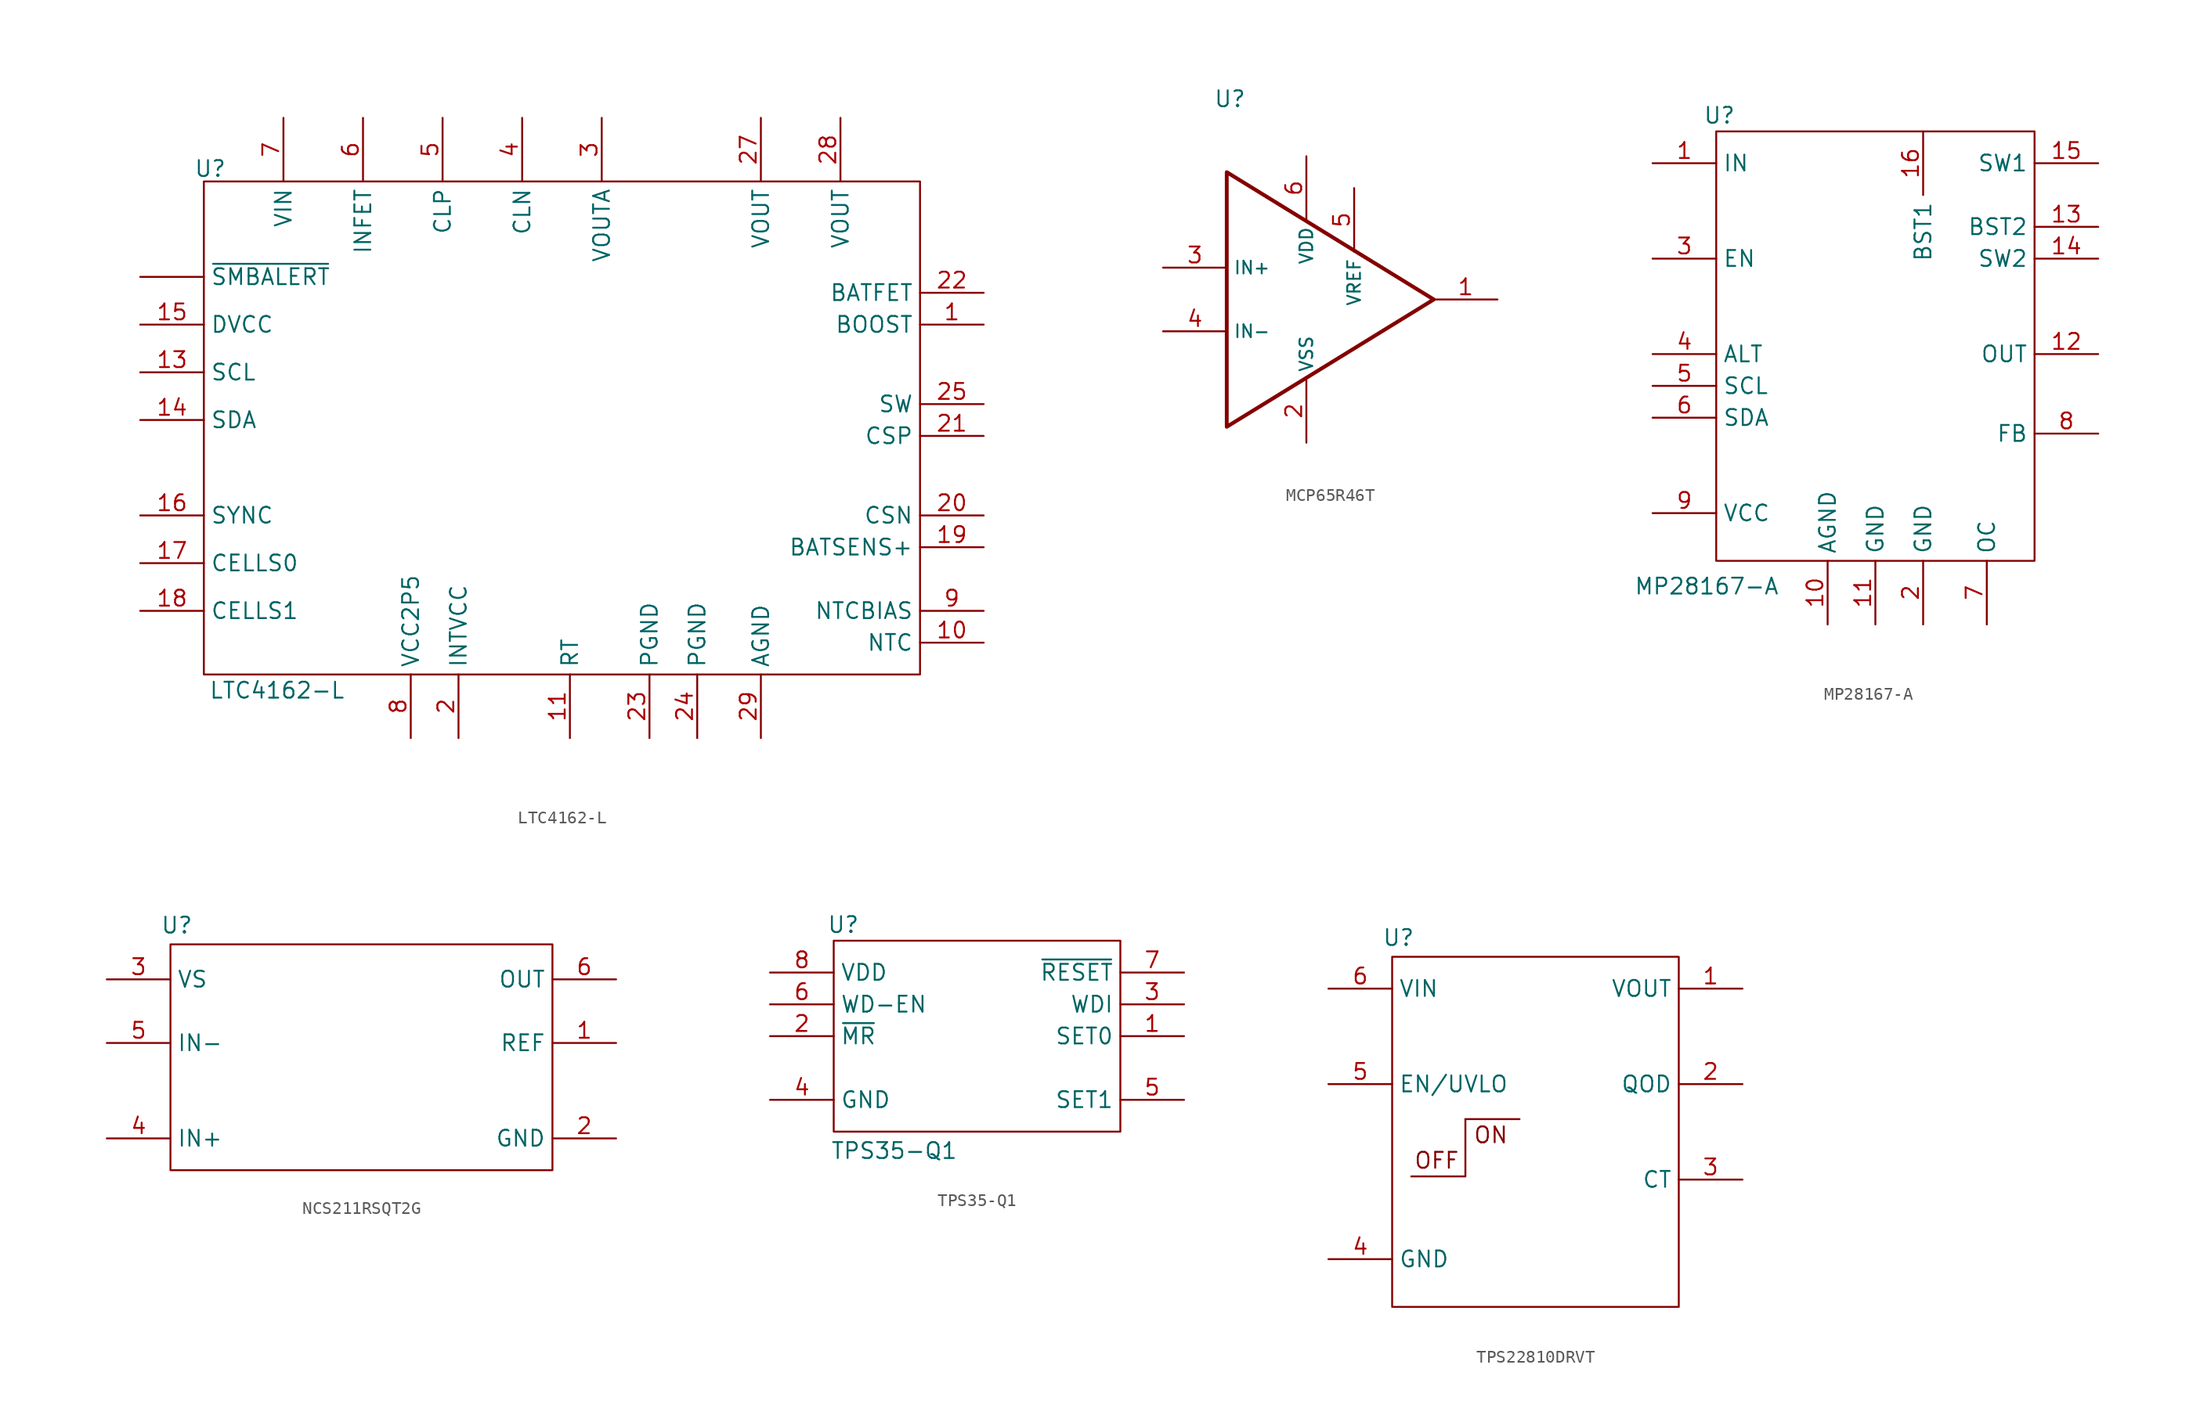
<source format=kicad_sym>
(kicad_symbol_lib
  (version 20241209)
  (generator "kicad_symbol_editor")
  (generator_version "9.0")
  (symbol "LTC4162-L"
    (property "Reference" "U"
      (at -28.702 -4.064 0)
      (effects (font (size 1.27 1.27))))
    (property "Value" "LTC4162-L"
      (at -23.368 -45.72 0)
      (effects (font (size 1.27 1.27))))
    (symbol "LTC4162-L_0_1"
      (rectangle (start -29.21 -5.08) (end 27.94 -44.45) (stroke (width 0) (type default)) (fill (type none))))
    (symbol "LTC4162-L_1_1"
      (pin output line (at -34.29 -12.7 0) (length 5.08) (name "~{SMBALERT}" (effects (font (size 1.27 1.27)))) (number "" (effects (font (size 1.27 1.27)))))
      (pin power_in line (at -34.29 -16.51 0) (length 5.08) (name "DVCC" (effects (font (size 1.27 1.27)))) (number "15" (effects (font (size 1.27 1.27)))))
      (pin input line (at -34.29 -20.32 0) (length 5.08) (name "SCL" (effects (font (size 1.27 1.27)))) (number "13" (effects (font (size 1.27 1.27)))))
      (pin bidirectional line (at -34.29 -24.13 0) (length 5.08) (name "SDA" (effects (font (size 1.27 1.27)))) (number "14" (effects (font (size 1.27 1.27)))))
      (pin input line (at -34.29 -31.75 0) (length 5.08) (name "SYNC" (effects (font (size 1.27 1.27)))) (number "16" (effects (font (size 1.27 1.27)))))
      (pin input line (at -34.29 -35.56 0) (length 5.08) (name "CELLS0" (effects (font (size 1.27 1.27)))) (number "17" (effects (font (size 1.27 1.27)))))
      (pin input line (at -34.29 -39.37 0) (length 5.08) (name "CELLS1" (effects (font (size 1.27 1.27)))) (number "18" (effects (font (size 1.27 1.27)))))
      (pin power_in line (at -22.86 0 270) (length 5.08) (name "VIN" (effects (font (size 1.27 1.27)))) (number "7" (effects (font (size 1.27 1.27)))))
      (pin output line (at -16.51 0 270) (length 5.08) (name "INFET" (effects (font (size 1.27 1.27)))) (number "6" (effects (font (size 1.27 1.27)))))
      (pin passive line (at -12.7 -49.53 90) (length 5.08) (name "VCC2P5" (effects (font (size 1.27 1.27)))) (number "8" (effects (font (size 1.27 1.27)))))
      (pin passive line (at -10.16 0 270) (length 5.08) (name "CLP" (effects (font (size 1.27 1.27)))) (number "5" (effects (font (size 1.27 1.27)))))
      (pin passive line (at -8.89 -49.53 90) (length 5.08) (name "INTVCC" (effects (font (size 1.27 1.27)))) (number "2" (effects (font (size 1.27 1.27)))))
      (pin passive line (at -3.81 0 270) (length 5.08) (name "CLN" (effects (font (size 1.27 1.27)))) (number "4" (effects (font (size 1.27 1.27)))))
      (pin passive line (at 0 -49.53 90) (length 5.08) (name "RT" (effects (font (size 1.27 1.27)))) (number "11" (effects (font (size 1.27 1.27)))))
      (pin power_out line (at 2.54 0 270) (length 5.08) (name "VOUTA" (effects (font (size 1.27 1.27)))) (number "3" (effects (font (size 1.27 1.27)))))
      (pin power_in line (at 6.35 -49.53 90) (length 5.08) (name "PGND" (effects (font (size 1.27 1.27)))) (number "23" (effects (font (size 1.27 1.27)))))
      (pin power_in line (at 10.16 -49.53 90) (length 5.08) (name "PGND" (effects (font (size 1.27 1.27)))) (number "24" (effects (font (size 1.27 1.27)))))
      (pin power_out line (at 15.24 0 270) (length 5.08) (name "VOUT" (effects (font (size 1.27 1.27)))) (number "27" (effects (font (size 1.27 1.27)))))
      (pin power_in line (at 15.24 -49.53 90) (length 5.08) (name "AGND" (effects (font (size 1.27 1.27)))) (number "29" (effects (font (size 1.27 1.27)))))
      (pin power_out line (at 21.59 0 270) (length 5.08) (name "VOUT" (effects (font (size 1.27 1.27)))) (number "28" (effects (font (size 1.27 1.27)))))
      (pin output line (at 33.02 -13.97 180) (length 5.08) (name "BATFET" (effects (font (size 1.27 1.27)))) (number "22" (effects (font (size 1.27 1.27)))))
      (pin output line (at 33.02 -16.51 180) (length 5.08) (name "BOOST" (effects (font (size 1.27 1.27)))) (number "1" (effects (font (size 1.27 1.27)))))
      (pin power_out line (at 33.02 -22.86 180) (length 5.08) (name "SW" (effects (font (size 1.27 1.27)))) (number "25" (effects (font (size 1.27 1.27)))))
      (pin passive line (at 33.02 -25.4 180) (length 5.08) (name "CSP" (effects (font (size 1.27 1.27)))) (number "21" (effects (font (size 1.27 1.27)))))
      (pin passive line (at 33.02 -31.75 180) (length 5.08) (name "CSN" (effects (font (size 1.27 1.27)))) (number "20" (effects (font (size 1.27 1.27)))))
      (pin input line (at 33.02 -34.29 180) (length 5.08) (name "BATSENS+" (effects (font (size 1.27 1.27)))) (number "19" (effects (font (size 1.27 1.27)))))
      (pin output line (at 33.02 -39.37 180) (length 5.08) (name "NTCBIAS" (effects (font (size 1.27 1.27)))) (number "9" (effects (font (size 1.27 1.27)))))
      (pin input line (at 33.02 -41.91 180) (length 5.08) (name "NTC" (effects (font (size 1.27 1.27)))) (number "10" (effects (font (size 1.27 1.27)))))))
  (symbol "MCP65R46T"
    (property "Reference" "U"
      (at -6.096 16.002 0)
      (effects (font (size 1.27 1.27))))
    (property "Value" ""
      (at 0 0 0)
      (effects (font (size 1.27 1.27))))
    (symbol "MCP65R46T_1_1"
      (polyline (pts (xy -6.35 10.16) (xy 10.16 0) (xy -6.35 -10.16) (xy -6.35 10.16)) (stroke (width 0.305) (type solid)) (fill (type none)))
      (polyline (pts (xy -6.35 -2.54) (xy -6.35 -2.54)) (stroke (width 0) (type default)) (fill (type none)))
      (pin input line (at -11.43 2.54 0) (length 5.08) (name "IN+" (effects (font (size 1.016 1.016)))) (number "3" (effects (font (size 1.27 1.27)))))
      (pin input line (at -11.43 -2.54 0) (length 5.08) (name "IN-" (effects (font (size 1.016 1.016)))) (number "4" (effects (font (size 1.27 1.27)))))
      (pin power_out line (at 0 11.43 270) (length 5.08) (name "VDD" (effects (font (size 1.016 1.016)))) (number "6" (effects (font (size 1.27 1.27)))))
      (pin power_in line (at 0 -11.43 90) (length 5.08) (name "VSS" (effects (font (size 1.016 1.016)))) (number "2" (effects (font (size 1.27 1.27)))))
      (pin power_out line (at 3.81 8.89 270) (length 5.08) (name "VREF" (effects (font (size 1.016 1.016)))) (number "5" (effects (font (size 1.27 1.27)))))
      (pin open_collector line (at 15.24 0 180) (length 5.08) (name "" (effects (font (size 0.762 0.762)))) (number "1" (effects (font (size 1.27 1.27)))))))
  (symbol "MP28167-A"
    (property "Reference" "U"
      (at -12.446 19.05 0)
      (effects (font (size 1.27 1.27))))
    (property "Value" "MP28167-A"
      (at -13.462 -18.542 0)
      (effects (font (size 1.27 1.27))))
    (symbol "MP28167-A_0_1"
      (rectangle (start -12.7 17.78) (end 12.7 -16.51) (stroke (width 0) (type default)) (fill (type none))))
    (symbol "MP28167-A_1_1"
      (pin power_in line (at -17.78 15.24 0) (length 5.08) (name "IN" (effects (font (size 1.27 1.27)))) (number "1" (effects (font (size 1.27 1.27)))))
      (pin input line (at -17.78 7.62 0) (length 5.08) (name "EN" (effects (font (size 1.27 1.27)))) (number "3" (effects (font (size 1.27 1.27)))))
      (pin output line (at -17.78 0 0) (length 5.08) (name "ALT" (effects (font (size 1.27 1.27)))) (number "4" (effects (font (size 1.27 1.27)))))
      (pin input line (at -17.78 -2.54 0) (length 5.08) (name "SCL" (effects (font (size 1.27 1.27)))) (number "5" (effects (font (size 1.27 1.27)))))
      (pin bidirectional line (at -17.78 -5.08 0) (length 5.08) (name "SDA" (effects (font (size 1.27 1.27)))) (number "6" (effects (font (size 1.27 1.27)))))
      (pin power_out line (at -17.78 -12.7 0) (length 5.08) (name "VCC" (effects (font (size 1.27 1.27)))) (number "9" (effects (font (size 1.27 1.27)))))
      (pin power_in line (at -3.81 -21.59 90) (length 5.08) (name "AGND" (effects (font (size 1.27 1.27)))) (number "10" (effects (font (size 1.27 1.27)))))
      (pin power_in line (at 0 -21.59 90) (length 5.08) (name "GND" (effects (font (size 1.27 1.27)))) (number "11" (effects (font (size 1.27 1.27)))))
      (pin passive line (at 3.81 17.78 270) (length 5.08) (name "BST1" (effects (font (size 1.27 1.27)))) (number "16" (effects (font (size 1.27 1.27)))))
      (pin power_in line (at 3.81 -21.59 90) (length 5.08) (name "GND" (effects (font (size 1.27 1.27)))) (number "2" (effects (font (size 1.27 1.27)))))
      (pin input line (at 8.89 -21.59 90) (length 5.08) (name "OC" (effects (font (size 1.27 1.27)))) (number "7" (effects (font (size 1.27 1.27)))))
      (pin passive line (at 17.78 15.24 180) (length 5.08) (name "SW1" (effects (font (size 1.27 1.27)))) (number "15" (effects (font (size 1.27 1.27)))))
      (pin passive line (at 17.78 10.16 180) (length 5.08) (name "BST2" (effects (font (size 1.27 1.27)))) (number "13" (effects (font (size 1.27 1.27)))))
      (pin passive line (at 17.78 7.62 180) (length 5.08) (name "SW2" (effects (font (size 1.27 1.27)))) (number "14" (effects (font (size 1.27 1.27)))))
      (pin power_out line (at 17.78 0 180) (length 5.08) (name "OUT" (effects (font (size 1.27 1.27)))) (number "12" (effects (font (size 1.27 1.27)))))
      (pin input line (at 17.78 -6.35 180) (length 5.08) (name "FB" (effects (font (size 1.27 1.27)))) (number "8" (effects (font (size 1.27 1.27)))))))
  (symbol "NCS211RSQT2G"
    (property "Reference" "U"
      (at -14.732 8.128 0)
      (effects (font (size 1.27 1.27))))
    (property "Value" ""
      (at 0 0 0)
      (effects (font (size 1.27 1.27))))
    (symbol "NCS211RSQT2G_0_1"
      (rectangle (start -15.24 6.604) (end 15.24 -11.43) (stroke (width 0) (type default)) (fill (type none))))
    (symbol "NCS211RSQT2G_1_1"
      (pin input line (at -20.32 3.81 0) (length 5.08) (name "VS" (effects (font (size 1.27 1.27)))) (number "3" (effects (font (size 1.27 1.27)))))
      (pin input line (at -20.32 -1.27 0) (length 5.08) (name "IN-" (effects (font (size 1.27 1.27)))) (number "5" (effects (font (size 1.27 1.27)))))
      (pin input line (at -20.32 -8.89 0) (length 5.08) (name "IN+" (effects (font (size 1.27 1.27)))) (number "4" (effects (font (size 1.27 1.27)))))
      (pin output line (at 20.32 3.81 180) (length 5.08) (name "OUT" (effects (font (size 1.27 1.27)))) (number "6" (effects (font (size 1.27 1.27)))))
      (pin input line (at 20.32 -1.27 180) (length 5.08) (name "REF" (effects (font (size 1.27 1.27)))) (number "1" (effects (font (size 1.27 1.27)))))
      (pin passive line (at 20.32 -8.89 180) (length 5.08) (name "GND" (effects (font (size 1.27 1.27)))) (number "2" (effects (font (size 1.27 1.27)))))))
  (symbol "TPS35-Q1"
    (property "Reference" "U"
      (at -10.668 1.27 0)
      (effects (font (size 1.27 1.27))))
    (property "Value" "TPS35-Q1"
      (at -6.604 -16.764 0)
      (effects (font (size 1.27 1.27))))
    (symbol "TPS35-Q1_0_1"
      (rectangle (start -11.43 0) (end 11.43 -15.24) (stroke (width 0) (type default)) (fill (type none))))
    (symbol "TPS35-Q1_1_1"
      (pin power_in line (at -16.51 -2.54 0) (length 5.08) (name "VDD" (effects (font (size 1.27 1.27)))) (number "8" (effects (font (size 1.27 1.27)))))
      (pin input line (at -16.51 -5.08 0) (length 5.08) (name "WD-EN" (effects (font (size 1.27 1.27)))) (number "6" (effects (font (size 1.27 1.27)))))
      (pin input line (at -16.51 -7.62 0) (length 5.08) (name "~{MR}" (effects (font (size 1.27 1.27)))) (number "2" (effects (font (size 1.27 1.27)))))
      (pin power_in line (at -16.51 -12.7 0) (length 5.08) (name "GND" (effects (font (size 1.27 1.27)))) (number "4" (effects (font (size 1.27 1.27)))))
      (pin output line (at 16.51 -2.54 180) (length 5.08) (name "~{RESET}" (effects (font (size 1.27 1.27)))) (number "7" (effects (font (size 1.27 1.27)))))
      (pin input line (at 16.51 -5.08 180) (length 5.08) (name "WDI" (effects (font (size 1.27 1.27)))) (number "3" (effects (font (size 1.27 1.27)))))
      (pin input line (at 16.51 -7.62 180) (length 5.08) (name "SET0" (effects (font (size 1.27 1.27)))) (number "1" (effects (font (size 1.27 1.27)))))
      (pin input line (at 16.51 -12.7 180) (length 5.08) (name "SET1" (effects (font (size 1.27 1.27)))) (number "5" (effects (font (size 1.27 1.27)))))))
  (symbol "TPS22810DRVT"
    (property "Reference" "U"
      (at -10.922 18.034 0)
      (effects (font (size 1.27 1.27))))
    (property "Value" ""
      (at 0 0 0)
      (effects (font (size 1.27 1.27))))
    (symbol "TPS22810DRVT_0_1"
      (rectangle (start -11.43 16.51) (end 11.43 -11.43) (stroke (width 0) (type default)) (fill (type none)))
      (polyline (pts (xy -9.906 -1.016) (xy -5.588 -1.016) (xy -5.588 3.556)) (stroke (width 0) (type default)) (fill (type none)))
      (polyline (pts (xy -5.588 3.556) (xy -1.27 3.556)) (stroke (width 0) (type default)) (fill (type none))))
    (symbol "TPS22810DRVT_1_1"
      (text "OFF" (at -7.874 0.254 0) (effects (font (size 1.27 1.27))))
      (text "ON" (at -3.556 2.286 0) (effects (font (size 1.27 1.27))))
      (pin power_in line (at -16.51 13.97 0) (length 5.08) (name "VIN" (effects (font (size 1.27 1.27)))) (number "6" (effects (font (size 1.27 1.27)))))
      (pin input line (at -16.51 6.35 0) (length 5.08) (name "EN/UVLO" (effects (font (size 1.27 1.27)))) (number "5" (effects (font (size 1.27 1.27)))))
      (pin passive line (at -16.51 -7.62 0) (length 5.08) (name "GND" (effects (font (size 1.27 1.27)))) (number "4" (effects (font (size 1.27 1.27)))))
      (pin power_out line (at 16.51 13.97 180) (length 5.08) (name "VOUT" (effects (font (size 1.27 1.27)))) (number "1" (effects (font (size 1.27 1.27)))))
      (pin output line (at 16.51 6.35 180) (length 5.08) (name "QOD" (effects (font (size 1.27 1.27)))) (number "2" (effects (font (size 1.27 1.27)))))
      (pin input line (at 16.51 -1.27 180) (length 5.08) (name "CT" (effects (font (size 1.27 1.27)))) (number "3" (effects (font (size 1.27 1.27))))))))
</source>
